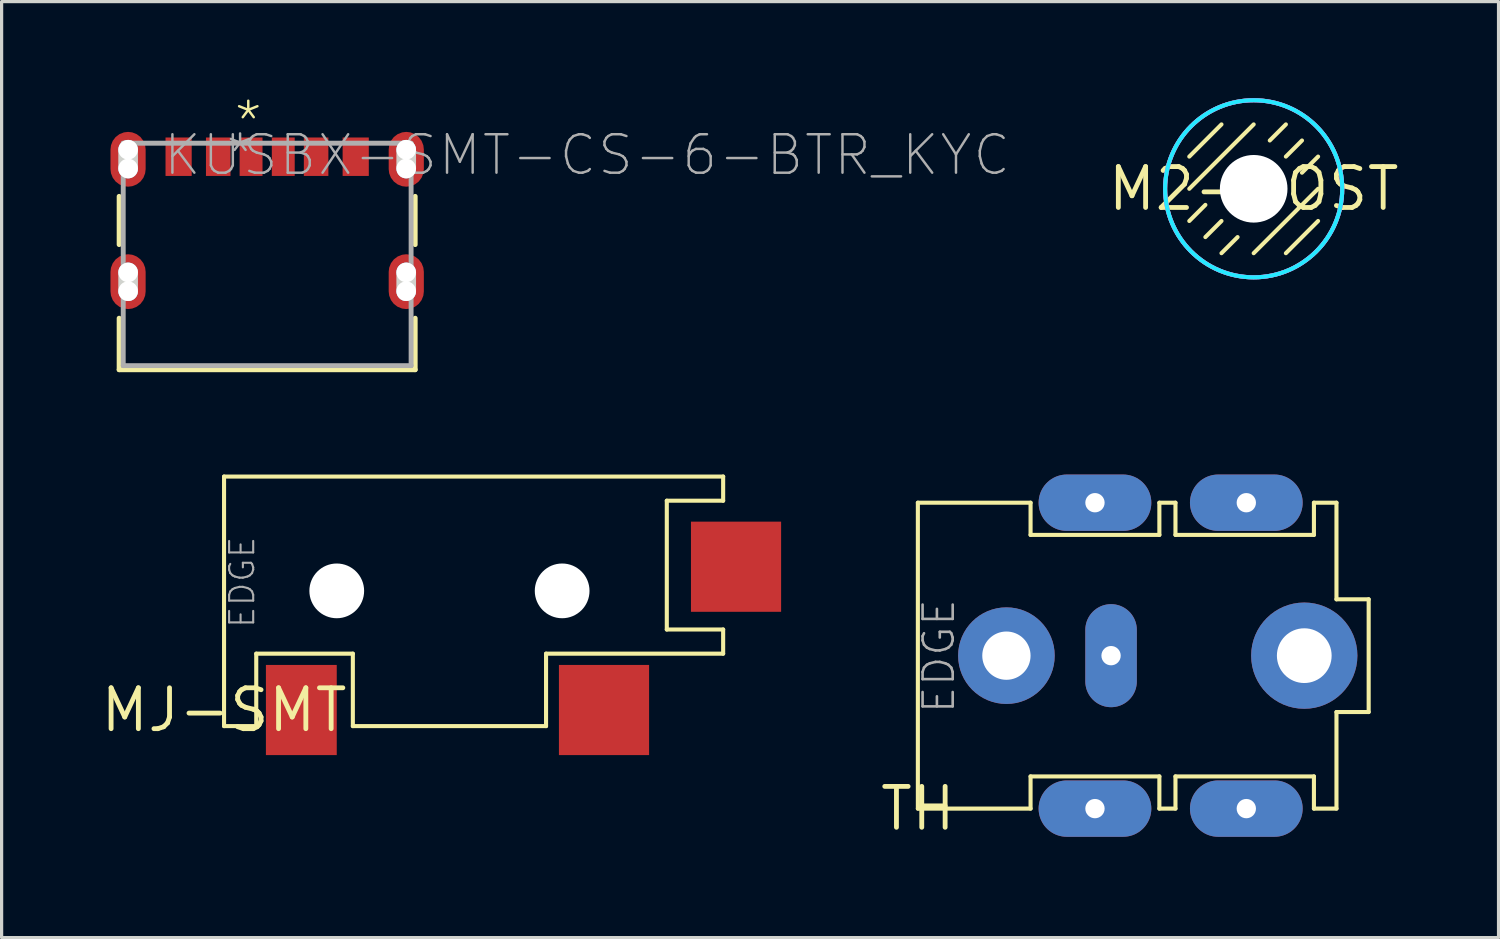
<source format=kicad_pcb>
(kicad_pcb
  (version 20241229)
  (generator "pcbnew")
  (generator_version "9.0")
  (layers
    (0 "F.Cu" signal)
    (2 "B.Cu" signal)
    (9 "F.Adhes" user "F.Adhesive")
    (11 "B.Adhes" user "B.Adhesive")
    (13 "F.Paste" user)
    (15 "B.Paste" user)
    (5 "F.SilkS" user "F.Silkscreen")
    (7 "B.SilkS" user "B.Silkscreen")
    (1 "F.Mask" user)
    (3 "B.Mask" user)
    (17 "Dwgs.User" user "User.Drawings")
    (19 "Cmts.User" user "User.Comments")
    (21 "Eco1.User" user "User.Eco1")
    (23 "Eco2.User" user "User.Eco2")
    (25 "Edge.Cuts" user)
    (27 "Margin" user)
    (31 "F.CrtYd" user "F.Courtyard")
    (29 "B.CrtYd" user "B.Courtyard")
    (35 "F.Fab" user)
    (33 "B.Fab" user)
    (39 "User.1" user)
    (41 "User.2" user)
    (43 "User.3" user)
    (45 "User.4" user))
  (footprint "M2-POST"
    (layer "F.Cu")
    (at 35.884 2.813)
    (property "Reference" "M2-POST" (at 0 0 0) (layer "F.SilkS") (effects (font (size 1.27 1.27) (thickness 0.15))))
    (fp_line (start -2 -1) (end -1 -2) (stroke (width 0.127) (type solid)) (layer "F.SilkS"))
    (fp_line (start -2 0) (end 0 -2) (stroke (width 0.127) (type solid)) (layer "F.SilkS"))
    (fp_line (start -2 1) (end -1.5 0.5) (stroke (width 0.127) (type solid)) (layer "F.SilkS"))
    (fp_line (start -1.5 1.5) (end -1 1) (stroke (width 0.127) (type solid)) (layer "F.SilkS"))
    (fp_line (start -1 2) (end -0.5 1.5) (stroke (width 0.127) (type solid)) (layer "F.SilkS"))
    (fp_line (start 0 2) (end 2 0) (stroke (width 0.127) (type solid)) (layer "F.SilkS"))
    (fp_line (start 0.5 -1.5) (end 1 -2) (stroke (width 0.127) (type solid)) (layer "F.SilkS"))
    (fp_line (start 1 -1) (end 1.5 -1.5) (stroke (width 0.127) (type solid)) (layer "F.SilkS"))
    (fp_line (start 1 2) (end 2 1) (stroke (width 0.127) (type solid)) (layer "F.SilkS"))
    (fp_line (start 1.5 -0.5) (end 2 -1) (stroke (width 0.127) (type solid)) (layer "F.SilkS"))
    (fp_circle (center 0 0) (end 2.75 0) (stroke (width 0.127) (type solid)) (fill no) (layer "F.SilkS"))
    (fp_circle (center 0 0) (end 2.75 0) (stroke (width 0.127) (type solid)) (fill no) (layer "B.CrtYd"))
    (fp_circle (center 0 0) (end 2.75 0) (stroke (width 0.127) (type solid)) (fill no) (layer "F.CrtYd"))
    (pad "" np_thru_hole circle (at 0 0) (size 2.1 2.1) (drill 2.1) (layers "*.Cu" "*.Mask"))
    (zone (net_name "") (layer "F.Cu") (hatch edge 0.508) (connect_pads) (min_thickness 0.254) (filled_areas_thickness no) (keepout (tracks not_allowed) (vias not_allowed) (pads not_allowed) (copperpour not_allowed) (footprints allowed)) (placement (enabled no)) (fill) (polygon (pts (xy 38.698 2.813) (xy 38.655 2.325) (xy 38.528 1.851) (xy 38.321 1.407) (xy 38.04 1.005) (xy 37.693 0.658) (xy 37.291 0.377) (xy 36.847 0.17) (xy 36.373 0.043) (xy 35.884 0) (xy 35.396 0.043) (xy 34.922 0.17) (xy 34.478 0.377) (xy 34.076 0.658) (xy 33.729 1.005) (xy 33.448 1.407) (xy 33.24 1.851) (xy 33.114 2.325) (xy 33.071 2.813) (xy 33.114 3.302) (xy 33.24 3.776) (xy 33.448 4.22) (xy 33.729 4.622) (xy 34.076 4.969) (xy 34.478 5.25) (xy 34.922 5.457) (xy 35.396 5.584) (xy 35.884 5.627) (xy 36.373 5.584) (xy 36.847 5.457) (xy 37.291 5.25) (xy 37.693 4.969) (xy 38.04 4.622) (xy 38.321 4.22) (xy 38.528 3.776) (xy 38.655 3.302))) (polygon (pts (xy 38.571 2.813) (xy 38.53 2.347) (xy 38.409 1.895) (xy 38.211 1.47) (xy 37.942 1.087) (xy 37.611 0.756) (xy 37.228 0.487) (xy 36.803 0.289) (xy 36.351 0.168) (xy 35.884 0.127) (xy 35.418 0.168) (xy 34.965 0.289) (xy 34.541 0.487) (xy 34.157 0.756) (xy 33.826 1.087) (xy 33.558 1.47) (xy 33.36 1.895) (xy 33.239 2.347) (xy 33.198 2.813) (xy 33.239 3.28) (xy 33.36 3.732) (xy 33.558 4.157) (xy 33.826 4.54) (xy 34.157 4.871) (xy 34.541 5.14) (xy 34.965 5.338) (xy 35.418 5.459) (xy 35.884 5.5) (xy 36.351 5.459) (xy 36.803 5.338) (xy 37.228 5.14) (xy 37.611 4.871) (xy 37.942 4.54) (xy 38.211 4.157) (xy 38.409 3.732) (xy 38.53 3.28))))
    (zone (net_name "") (layer "B.Cu") (hatch edge 0.508) (connect_pads) (min_thickness 0.254) (filled_areas_thickness no) (keepout (tracks not_allowed) (vias not_allowed) (pads not_allowed) (copperpour not_allowed) (footprints allowed)) (placement (enabled no)) (fill) (polygon (pts (xy 38.698 2.813) (xy 38.655 2.325) (xy 38.528 1.851) (xy 38.321 1.407) (xy 38.04 1.005) (xy 37.693 0.658) (xy 37.291 0.377) (xy 36.847 0.17) (xy 36.373 0.043) (xy 35.884 0) (xy 35.396 0.043) (xy 34.922 0.17) (xy 34.478 0.377) (xy 34.076 0.658) (xy 33.729 1.005) (xy 33.448 1.407) (xy 33.24 1.851) (xy 33.114 2.325) (xy 33.071 2.813) (xy 33.114 3.302) (xy 33.24 3.776) (xy 33.448 4.22) (xy 33.729 4.622) (xy 34.076 4.969) (xy 34.478 5.25) (xy 34.922 5.457) (xy 35.396 5.584) (xy 35.884 5.627) (xy 36.373 5.584) (xy 36.847 5.457) (xy 37.291 5.25) (xy 37.693 4.969) (xy 38.04 4.622) (xy 38.321 4.22) (xy 38.528 3.776) (xy 38.655 3.302))) (polygon (pts (xy 38.571 2.813) (xy 38.53 2.347) (xy 38.409 1.895) (xy 38.211 1.47) (xy 37.942 1.087) (xy 37.611 0.756) (xy 37.228 0.487) (xy 36.803 0.289) (xy 36.351 0.168) (xy 35.884 0.127) (xy 35.418 0.168) (xy 34.965 0.289) (xy 34.541 0.487) (xy 34.157 0.756) (xy 33.826 1.087) (xy 33.558 1.47) (xy 33.36 1.895) (xy 33.239 2.347) (xy 33.198 2.813) (xy 33.239 3.28) (xy 33.36 3.732) (xy 33.558 4.157) (xy 33.826 4.54) (xy 34.157 4.871) (xy 34.541 5.14) (xy 34.965 5.338) (xy 35.418 5.459) (xy 35.884 5.5) (xy 36.351 5.459) (xy 36.803 5.338) (xy 37.228 5.14) (xy 37.611 4.871) (xy 37.942 4.54) (xy 38.211 4.157) (xy 38.409 3.732) (xy 38.53 3.28)))))
  (footprint "MJ-SMT"
    (layer "F.Cu")
    (at 3.908 19)
    (property "Reference" "MJ-SMT" (at 0 0 0) (layer "F.SilkS") (effects (font (size 1.27 1.27) (thickness 0.15))))
    (fp_line (start 0 -7.25) (end 0 0.5) (stroke (width 0.127) (type solid)) (layer "F.SilkS"))
    (fp_line (start 0 0.5) (end 1 0.5) (stroke (width 0.127) (type solid)) (layer "F.SilkS"))
    (fp_line (start 1 -1.75) (end 4 -1.75) (stroke (width 0.127) (type solid)) (layer "F.SilkS"))
    (fp_line (start 1 0.5) (end 1 -1.75) (stroke (width 0.127) (type solid)) (layer "F.SilkS"))
    (fp_line (start 4 -1.75) (end 4 0.5) (stroke (width 0.127) (type solid)) (layer "F.SilkS"))
    (fp_line (start 4 0.5) (end 10 0.5) (stroke (width 0.127) (type solid)) (layer "F.SilkS"))
    (fp_line (start 10 -1.75) (end 15.5 -1.75) (stroke (width 0.127) (type solid)) (layer "F.SilkS"))
    (fp_line (start 10 0.5) (end 10 -1.75) (stroke (width 0.127) (type solid)) (layer "F.SilkS"))
    (fp_line (start 13.75 -6.5) (end 15.5 -6.5) (stroke (width 0.127) (type solid)) (layer "F.SilkS"))
    (fp_line (start 13.75 -2.5) (end 13.75 -6.5) (stroke (width 0.127) (type solid)) (layer "F.SilkS"))
    (fp_line (start 15.5 -7.25) (end 0 -7.25) (stroke (width 0.127) (type solid)) (layer "F.SilkS"))
    (fp_line (start 15.5 -6.5) (end 15.5 -7.25) (stroke (width 0.127) (type solid)) (layer "F.SilkS"))
    (fp_line (start 15.5 -2.5) (end 13.75 -2.5) (stroke (width 0.127) (type solid)) (layer "F.SilkS"))
    (fp_line (start 15.5 -1.75) (end 15.5 -2.5) (stroke (width 0.127) (type solid)) (layer "F.SilkS"))
    (fp_text user "EDGE" (at 1 -2.5 90) (layer "F.Fab") (effects (font (size 0.748 0.748) (thickness 0.065)) (justify left bottom)))
    (pad "" np_thru_hole circle (at 3.5 -3.7) (size 1.7 1.7) (drill 1.7) (layers "*.Cu" "*.Mask"))
    (pad "" np_thru_hole circle (at 10.5 -3.7) (size 1.7 1.7) (drill 1.7) (layers "*.Cu" "*.Mask"))
    (pad "P1" smd rect (at 2.4 0) (size 2.2 2.8) (layers "F.Cu" "F.Mask" "F.Paste"))
    (pad "P2" smd rect (at 11.8 0) (size 2.8 2.8) (layers "F.Cu" "F.Mask" "F.Paste"))
    (pad "P10" smd rect (at 15.9 -4.45 90) (size 2.8 2.8) (layers "F.Cu" "F.Mask" "F.Paste")))
  (footprint "KUSBX-SMT-CS-6-BTR_KYC"
    (layer "F.Cu")
    (at 5.247 4.851)
    (property "Reference" "KUSBX-SMT-CS-6-BTR_KYC" (at -3.277 -2.388 0) (layer "F.Fab") (effects (font (size 1.194 1.194) (thickness 0.076)) (justify left bottom)))
    (fp_line (start -4.597 -1.803) (end -4.597 -0.305) (stroke (width 0.152) (type solid)) (layer "F.SilkS"))
    (fp_line (start -4.597 1.981) (end -4.597 3.581) (stroke (width 0.152) (type solid)) (layer "F.SilkS"))
    (fp_line (start -4.597 3.581) (end 4.597 3.581) (stroke (width 0.152) (type solid)) (layer "F.SilkS"))
    (fp_line (start 4.597 -0.305) (end 4.597 -1.803) (stroke (width 0.152) (type solid)) (layer "F.SilkS"))
    (fp_line (start 4.597 3.581) (end 4.597 1.981) (stroke (width 0.152) (type solid)) (layer "F.SilkS"))
    (fp_line (start -4.318 -2.667) (end -4.318 -3.251) (stroke (width 0.61) (type solid)) (layer "Edge.Cuts"))
    (fp_line (start -4.318 1.143) (end -4.318 0.559) (stroke (width 0.61) (type solid)) (layer "Edge.Cuts"))
    (fp_line (start 4.318 -2.667) (end 4.318 -3.251) (stroke (width 0.61) (type solid)) (layer "Edge.Cuts"))
    (fp_line (start 4.318 1.143) (end 4.318 0.559) (stroke (width 0.61) (type solid)) (layer "Edge.Cuts"))
    (fp_line (start -4.47 -3.454) (end -4.47 3.454) (stroke (width 0.152) (type solid)) (layer "F.Fab"))
    (fp_line (start -4.47 3.454) (end 4.47 3.454) (stroke (width 0.152) (type solid)) (layer "F.Fab"))
    (fp_line (start 4.47 -3.454) (end -4.47 -3.454) (stroke (width 0.152) (type solid)) (layer "F.Fab"))
    (fp_line (start 4.47 3.454) (end 4.47 -3.454) (stroke (width 0.152) (type solid)) (layer "F.Fab"))
    (fp_text user "*" (at -1.092 -3.429 0) (layer "F.SilkS") (effects (font (size 1.194 1.194) (thickness 0.076)) (justify left bottom)))
    (fp_text user "*" (at -1.346 -2.413 0) (layer "F.Fab") (effects (font (size 1.194 1.194) (thickness 0.076)) (justify left bottom)))
    (pad "7" smd roundrect (at -4.32 -2.954 90) (size 1.702 1.092) (layers "F.Cu" "F.Mask" "F.Paste") (roundrect_rratio 0.5))
    (pad "8" smd roundrect (at 4.32 -2.954 90) (size 1.702 1.092) (layers "F.Cu" "F.Mask" "F.Paste") (roundrect_rratio 0.5))
    (pad "9" smd roundrect (at -4.32 0.846 90) (size 1.702 1.092) (layers "F.Cu" "F.Mask" "F.Paste") (roundrect_rratio 0.5))
    (pad "10" smd roundrect (at 4.32 0.846 90) (size 1.702 1.092) (layers "F.Cu" "F.Mask" "F.Paste") (roundrect_rratio 0.5))
    (pad "A5" smd rect (at -0.5 -3.034) (size 0.711 1.194) (layers "F.Cu" "F.Mask" "F.Paste"))
    (pad "A9" smd rect (at 1.52 -3.034) (size 0.762 1.194) (layers "F.Cu" "F.Mask" "F.Paste"))
    (pad "A12" smd rect (at 2.75 -3.034) (size 0.813 1.194) (layers "F.Cu" "F.Mask" "F.Paste"))
    (pad "B5" smd rect (at 0.5 -3.034) (size 0.711 1.194) (layers "F.Cu" "F.Mask" "F.Paste"))
    (pad "B9" smd rect (at -1.52 -3.034) (size 0.762 1.194) (layers "F.Cu" "F.Mask" "F.Paste"))
    (pad "B12" smd rect (at -2.75 -3.034) (size 0.813 1.194) (layers "F.Cu" "F.Mask" "F.Paste"))
    (pad "S_1_H1" thru_hole circle (at -4.318 -3.251) (size 0.61 0.61) (drill 0.61) (layers "*.Cu" "*.Mask"))
    (pad "S_1_H2" thru_hole circle (at -4.318 -2.667) (size 0.61 0.61) (drill 0.61) (layers "*.Cu" "*.Mask"))
    (pad "S_2_H1" thru_hole circle (at 4.318 -3.251) (size 0.61 0.61) (drill 0.61) (layers "*.Cu" "*.Mask"))
    (pad "S_2_H2" thru_hole circle (at 4.318 -2.667) (size 0.61 0.61) (drill 0.61) (layers "*.Cu" "*.Mask"))
    (pad "S_3_H1" thru_hole circle (at -4.318 0.559) (size 0.61 0.61) (drill 0.61) (layers "*.Cu" "*.Mask"))
    (pad "S_3_H2" thru_hole circle (at -4.318 1.143) (size 0.61 0.61) (drill 0.61) (layers "*.Cu" "*.Mask"))
    (pad "S_4_H1" thru_hole circle (at 4.318 0.559) (size 0.61 0.61) (drill 0.61) (layers "*.Cu" "*.Mask"))
    (pad "S_4_H2" thru_hole circle (at 4.318 1.143) (size 0.61 0.61) (drill 0.61) (layers "*.Cu" "*.Mask"))
    (zone (net_name "") (layer "F.Cu") (hatch edge 0.508) (connect_pads) (min_thickness 0.254) (filled_areas_thickness no) (keepout (tracks not_allowed) (vias not_allowed) (pads not_allowed) (copperpour not_allowed) (footprints allowed)) (placement (enabled no)) (fill) (polygon (pts (xy 1.854 0.665) (xy 0 0.665) (xy 0 3.129) (xy 0.396 3.129) (xy 0.396 4.465) (xy 0 4.465) (xy 0 6.929) (xy 0.396 6.929) (xy 0.396 8.687) (xy 10.098 8.687) (xy 10.098 6.929) (xy 10.494 6.929) (xy 10.494 4.465) (xy 10.098 4.465) (xy 10.098 3.129) (xy 10.494 3.129) (xy 10.494 0.665) (xy 8.64 0.665) (xy 8.64 0.839) (xy 1.854 0.839)))))
  (footprint "TH"
    (layer "F.Cu")
    (at 25.455 22.062)
    (property "Reference" "TH" (at 0 0 0) (layer "F.SilkS") (effects (font (size 1.27 1.27) (thickness 0.15))))
    (fp_line (start 0 -9.5) (end 0 0) (stroke (width 0.127) (type solid)) (layer "F.SilkS"))
    (fp_line (start 0 0) (end 3.5 0) (stroke (width 0.127) (type solid)) (layer "F.SilkS"))
    (fp_line (start 3.5 -9.5) (end 0 -9.5) (stroke (width 0.127) (type solid)) (layer "F.SilkS"))
    (fp_line (start 3.5 -8.5) (end 3.5 -9.5) (stroke (width 0.127) (type solid)) (layer "F.SilkS"))
    (fp_line (start 3.5 -1) (end 7.5 -1) (stroke (width 0.127) (type solid)) (layer "F.SilkS"))
    (fp_line (start 3.5 0) (end 3.5 -1) (stroke (width 0.127) (type solid)) (layer "F.SilkS"))
    (fp_line (start 7.5 -9.5) (end 7.5 -8.5) (stroke (width 0.127) (type solid)) (layer "F.SilkS"))
    (fp_line (start 7.5 -8.5) (end 3.5 -8.5) (stroke (width 0.127) (type solid)) (layer "F.SilkS"))
    (fp_line (start 7.5 -1) (end 7.5 0) (stroke (width 0.127) (type solid)) (layer "F.SilkS"))
    (fp_line (start 7.5 0) (end 8 0) (stroke (width 0.127) (type solid)) (layer "F.SilkS"))
    (fp_line (start 8 -9.5) (end 7.5 -9.5) (stroke (width 0.127) (type solid)) (layer "F.SilkS"))
    (fp_line (start 8 -8.5) (end 8 -9.5) (stroke (width 0.127) (type solid)) (layer "F.SilkS"))
    (fp_line (start 8 -1) (end 12.3 -1) (stroke (width 0.127) (type solid)) (layer "F.SilkS"))
    (fp_line (start 8 0) (end 8 -1) (stroke (width 0.127) (type solid)) (layer "F.SilkS"))
    (fp_line (start 12.3 -9.5) (end 12.3 -8.5) (stroke (width 0.127) (type solid)) (layer "F.SilkS"))
    (fp_line (start 12.3 -8.5) (end 8 -8.5) (stroke (width 0.127) (type solid)) (layer "F.SilkS"))
    (fp_line (start 12.3 -1) (end 12.3 0) (stroke (width 0.127) (type solid)) (layer "F.SilkS"))
    (fp_line (start 12.3 0) (end 13 0) (stroke (width 0.127) (type solid)) (layer "F.SilkS"))
    (fp_line (start 13 -9.5) (end 12.3 -9.5) (stroke (width 0.127) (type solid)) (layer "F.SilkS"))
    (fp_line (start 13 -6.5) (end 13 -9.5) (stroke (width 0.127) (type solid)) (layer "F.SilkS"))
    (fp_line (start 13 -3) (end 14 -3) (stroke (width 0.127) (type solid)) (layer "F.SilkS"))
    (fp_line (start 13 0) (end 13 -3) (stroke (width 0.127) (type solid)) (layer "F.SilkS"))
    (fp_line (start 14 -6.5) (end 13 -6.5) (stroke (width 0.127) (type solid)) (layer "F.SilkS"))
    (fp_line (start 14 -3) (end 14 -6.5) (stroke (width 0.127) (type solid)) (layer "F.SilkS"))
    (fp_text user "EDGE" (at 1.2 -2.9 90) (layer "F.Fab") (effects (font (size 0.935 0.935) (thickness 0.081)) (justify left bottom)))
    (pad "P$1" thru_hole oval (at 5.5 0) (size 3.5 1.75) (drill 0.6) (layers "*.Cu" "*.Mask"))
    (pad "P$2" thru_hole oval (at 10.2 0) (size 3.5 1.75) (drill 0.6) (layers "*.Cu" "*.Mask"))
    (pad "P$3" thru_hole oval (at 5.5 -9.5) (size 3.5 1.75) (drill 0.6) (layers "*.Cu" "*.Mask"))
    (pad "P$4" thru_hole oval (at 10.2 -9.5) (size 3.5 1.75) (drill 0.6) (layers "*.Cu" "*.Mask"))
    (pad "P$5" thru_hole circle (at 2.75 -4.75) (size 3 3) (drill 1.5) (layers "*.Cu" "*.Mask"))
    (pad "P1" thru_hole circle (at 12 -4.75) (size 3.3 3.3) (drill 1.7) (layers "*.Cu" "*.Mask"))
    (pad "P2" thru_hole oval (at 6 -4.75 90) (size 3.2 1.6) (drill 0.6) (layers "*.Cu" "*.Mask")))
  (gr_rect
    (start -3 -3)
    (end 43.488 26.068)
    (stroke (width 0.1) (type default))
    (fill no)
    (layer "Edge.Cuts")))
</source>
